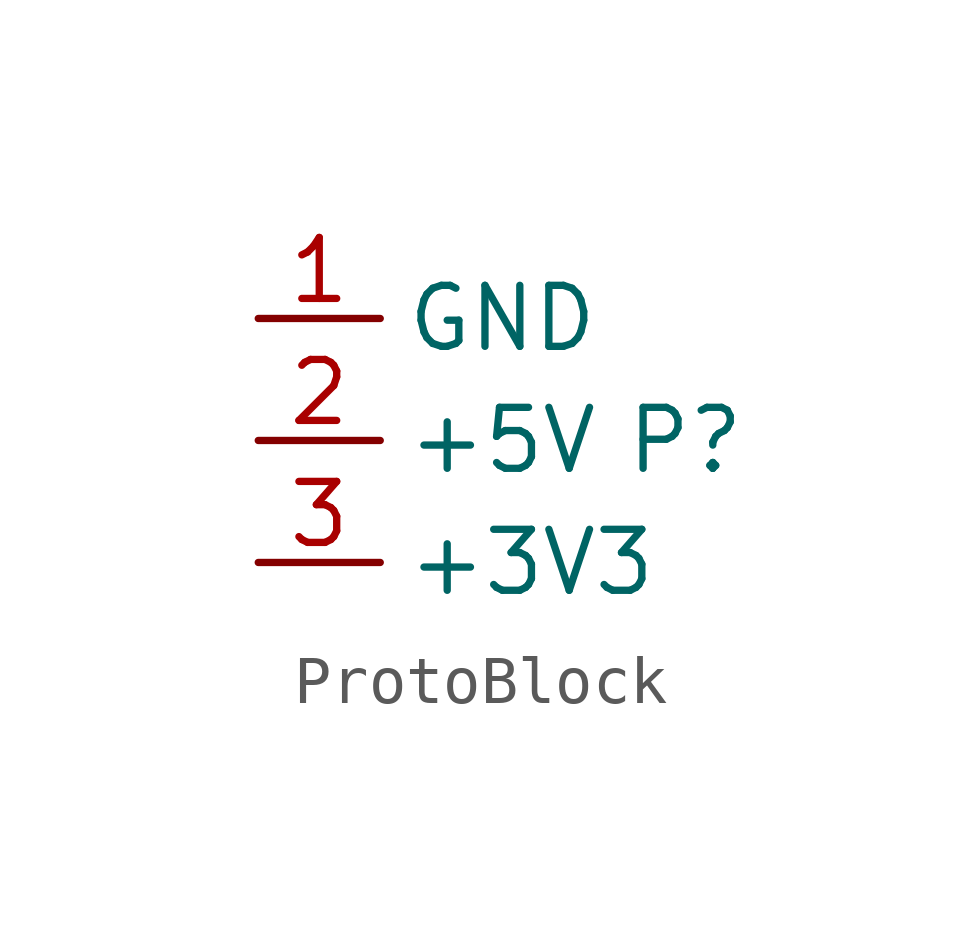
<source format=kicad_sym>
(kicad_symbol_lib
  (version 20241209)
  (generator "kicad_symbol_editor")
  (generator_version "9.0")
  (symbol "ProtoBlock"
    (property "Reference" "P"
      (at 0 0 0)
      (effects (font (size 1.27 1.27))))
    (property "Value" ""
      (at 0 0 0)
      (effects (font (size 1.27 1.27))))
    (symbol "ProtoBlock_1_1"
      (pin input line (at -8.89 2.54 0) (length 2.54) (name "GND" (effects (font (size 1.27 1.27)))) (number "1" (effects (font (size 1.27 1.27)))))
      (pin input line (at -8.89 0 0) (length 2.54) (name "+5V" (effects (font (size 1.27 1.27)))) (number "2" (effects (font (size 1.27 1.27)))))
      (pin input line (at -8.89 -2.54 0) (length 2.54) (name "+3V3" (effects (font (size 1.27 1.27)))) (number "3" (effects (font (size 1.27 1.27))))))))
</source>
